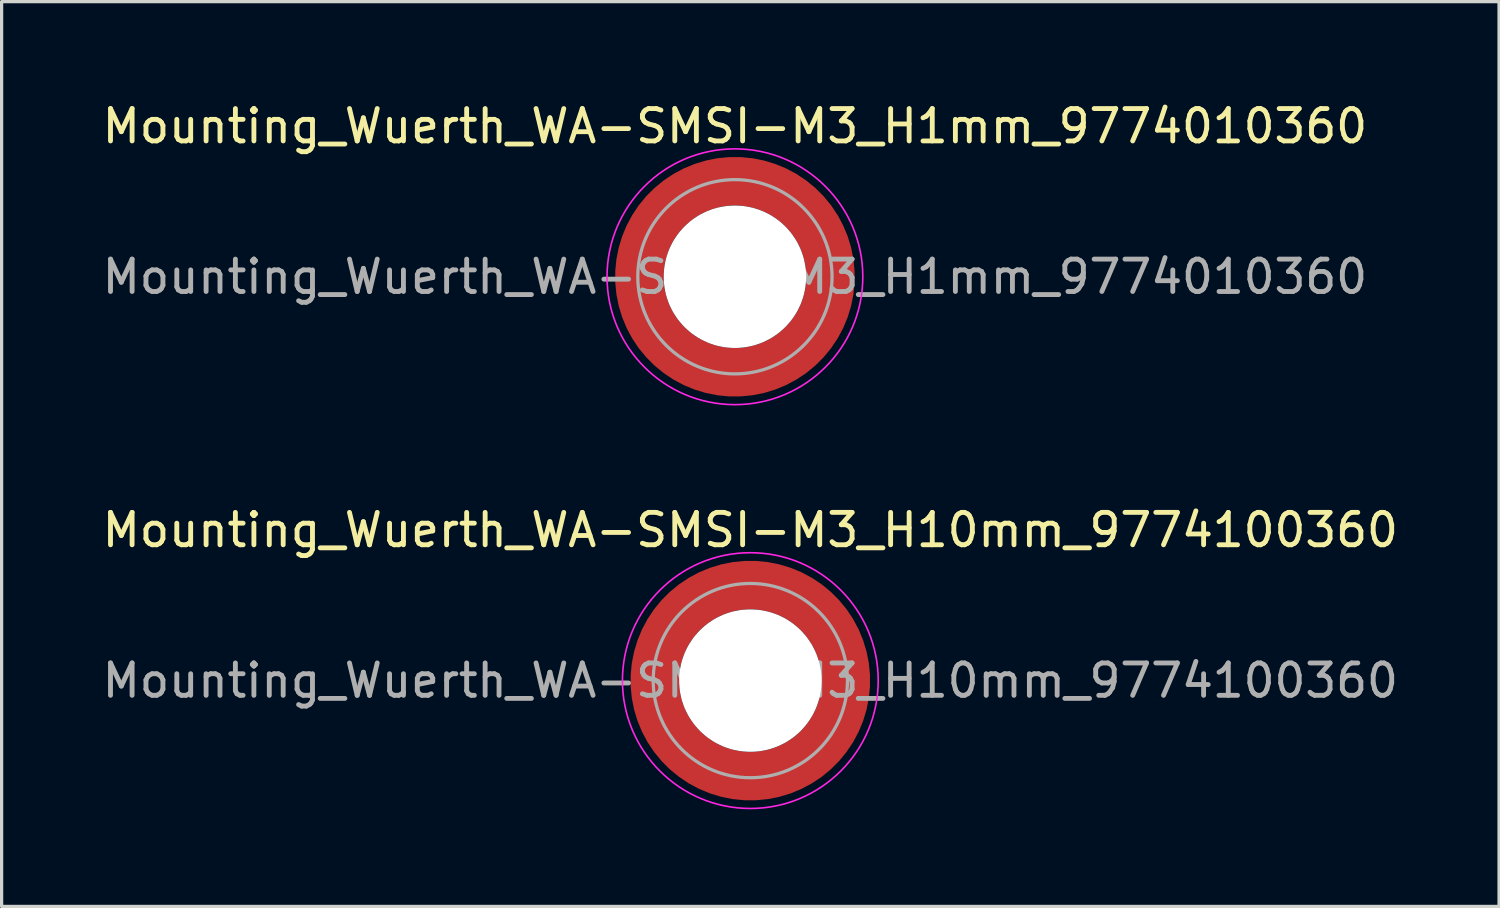
<source format=kicad_pcb>
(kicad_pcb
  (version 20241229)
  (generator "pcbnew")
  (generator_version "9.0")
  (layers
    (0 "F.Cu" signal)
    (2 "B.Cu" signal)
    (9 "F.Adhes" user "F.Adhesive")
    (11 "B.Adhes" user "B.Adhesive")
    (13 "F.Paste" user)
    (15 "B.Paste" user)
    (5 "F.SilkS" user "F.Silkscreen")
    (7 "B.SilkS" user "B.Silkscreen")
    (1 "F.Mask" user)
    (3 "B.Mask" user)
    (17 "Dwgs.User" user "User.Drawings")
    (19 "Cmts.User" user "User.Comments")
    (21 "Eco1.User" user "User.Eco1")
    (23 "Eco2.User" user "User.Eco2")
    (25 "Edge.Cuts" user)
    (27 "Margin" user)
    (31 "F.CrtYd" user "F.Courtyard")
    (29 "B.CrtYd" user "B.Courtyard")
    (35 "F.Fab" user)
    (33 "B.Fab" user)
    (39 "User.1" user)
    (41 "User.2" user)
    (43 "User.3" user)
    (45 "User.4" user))
  (footprint "Mounting_Wuerth_WA-SMSI-M3_H1mm_9774010360"
    (layer "F.Cu")
    (at 19.649 5.498)
    (property "Reference" "Mounting_Wuerth_WA-SMSI-M3_H1mm_9774010360" (at 0 -4.65 0) (layer "F.SilkS") (effects (font (size 1 1) (thickness 0.15))))
    (attr smd)
    (fp_circle (center 0 0) (end 3.95 0) (stroke (width 0.05) (type solid)) (fill no) (layer "F.CrtYd"))
    (fp_circle (center 0 0) (end 3 0) (stroke (width 0.1) (type solid)) (fill no) (layer "F.Fab"))
    (fp_text user "${REFERENCE}" (at 0 0 0) (layer "F.Fab") (effects (font (size 1 1) (thickness 0.15))))
    (pad "" smd custom (at -2.058 -2.058) (size 0.7 0.7) (layers "F.Paste") (options (anchor circle)) (primitives (gr_arc (start -0.377294 1.707681) (mid 0.317579 0.318817) (end 1.705947 -0.377044) (width 0.2)) (gr_arc (start -0.478281 1.707681) (mid 0.246161 0.248814) (end 1.703965 -0.477765) (width 0.2)) (gr_arc (start -0.579192 1.707681) (mid 0.175492 0.178063) (end 1.704077 -0.578711) (width 0.2)) (gr_arc (start -0.680037 1.707681) (mid 0.105568 0.106564) (end 1.706284 -0.679858) (width 0.2)) (gr_arc (start -0.780822 1.707681) (mid 0.034627 0.036085) (end 1.705634 -0.780569) (width 0.2)) (gr_arc (start -0.881554 1.707681) (mid -0.035694 -0.035016) (end 1.706729 -0.881441) (width 0.2)) (gr_arc (start -0.982237 1.707681) (mid -0.107281 -0.10485) (end 1.704266 -0.981842) (width 0.2)) (gr_arc (start -1.082877 1.707681) (mid -0.178372 -0.175181) (end 1.703197 -1.082374) (width 0.2)) (gr_arc (start -1.183476 1.707681) (mid -0.248964 -0.246008) (end 1.703525 -1.183025) (width 0.2)) (gr_arc (start -1.28404 1.707681) (mid -0.319062 -0.317333) (end 1.70525 -1.283784) (width 0.2)) (gr_line (start 1.708 -0.377) (end 1.708 -1.284) (width 0.2)) (gr_line (start -0.377 1.708) (end -1.284 1.708) (width 0.2))))
    (pad "" smd custom (at -2.058 2.058) (size 0.7 0.7) (layers "F.Paste") (options (anchor circle)) (primitives (gr_arc (start 1.707681 0.377294) (mid 0.318817 -0.317579) (end -0.377044 -1.705947) (width 0.2)) (gr_arc (start 1.707681 0.478281) (mid 0.248814 -0.246161) (end -0.477765 -1.703965) (width 0.2)) (gr_arc (start 1.707681 0.579192) (mid 0.178063 -0.175492) (end -0.578711 -1.704077) (width 0.2)) (gr_arc (start 1.707681 0.680037) (mid 0.106564 -0.105568) (end -0.679858 -1.706284) (width 0.2)) (gr_arc (start 1.707681 0.780822) (mid 0.036085 -0.034627) (end -0.780569 -1.705634) (width 0.2)) (gr_arc (start 1.707681 0.881554) (mid -0.035016 0.035694) (end -0.881441 -1.706729) (width 0.2)) (gr_arc (start 1.707681 0.982237) (mid -0.10485 0.107281) (end -0.981842 -1.704266) (width 0.2)) (gr_arc (start 1.707681 1.082877) (mid -0.175181 0.178372) (end -1.082374 -1.703197) (width 0.2)) (gr_arc (start 1.707681 1.183476) (mid -0.246008 0.248964) (end -1.183025 -1.703525) (width 0.2)) (gr_arc (start 1.707681 1.28404) (mid -0.317333 0.319062) (end -1.283784 -1.70525) (width 0.2)) (gr_line (start -0.377 -1.708) (end -1.284 -1.708) (width 0.2)) (gr_line (start 1.708 0.377) (end 1.708 1.284) (width 0.2))))
    (pad "" np_thru_hole circle (at 0 0) (size 4.4 4.4) (drill 4.4) (layers "*.Cu" "*.Mask"))
    (pad "" smd custom (at 2.058 -2.058) (size 0.7 0.7) (layers "F.Paste") (options (anchor circle)) (primitives (gr_arc (start -1.707681 -0.377294) (mid -0.318817 0.317579) (end 0.377044 1.705947) (width 0.2)) (gr_arc (start -1.707681 -0.478281) (mid -0.248814 0.246161) (end 0.477765 1.703965) (width 0.2)) (gr_arc (start -1.707681 -0.579192) (mid -0.178063 0.175492) (end 0.578711 1.704077) (width 0.2)) (gr_arc (start -1.707681 -0.680037) (mid -0.106564 0.105568) (end 0.679858 1.706284) (width 0.2)) (gr_arc (start -1.707681 -0.780822) (mid -0.036085 0.034627) (end 0.780569 1.705634) (width 0.2)) (gr_arc (start -1.707681 -0.881554) (mid 0.035016 -0.035694) (end 0.881441 1.706729) (width 0.2)) (gr_arc (start -1.707681 -0.982237) (mid 0.10485 -0.107281) (end 0.981842 1.704266) (width 0.2)) (gr_arc (start -1.707681 -1.082877) (mid 0.175181 -0.178372) (end 1.082374 1.703197) (width 0.2)) (gr_arc (start -1.707681 -1.183476) (mid 0.246008 -0.248964) (end 1.183025 1.703525) (width 0.2)) (gr_arc (start -1.707681 -1.28404) (mid 0.317333 -0.319062) (end 1.283784 1.70525) (width 0.2)) (gr_line (start 0.377 1.708) (end 1.284 1.708) (width 0.2)) (gr_line (start -1.708 -0.377) (end -1.708 -1.284) (width 0.2))))
    (pad "" smd custom (at 2.058 2.058) (size 0.7 0.7) (layers "F.Paste") (options (anchor circle)) (primitives (gr_arc (start 0.377294 -1.707681) (mid -0.317579 -0.318817) (end -1.705947 0.377044) (width 0.2)) (gr_arc (start 0.478281 -1.707681) (mid -0.246161 -0.248814) (end -1.703965 0.477765) (width 0.2)) (gr_arc (start 0.579192 -1.707681) (mid -0.175492 -0.178063) (end -1.704077 0.578711) (width 0.2)) (gr_arc (start 0.680037 -1.707681) (mid -0.105568 -0.106564) (end -1.706284 0.679858) (width 0.2)) (gr_arc (start 0.780822 -1.707681) (mid -0.034627 -0.036085) (end -1.705634 0.780569) (width 0.2)) (gr_arc (start 0.881554 -1.707681) (mid 0.035694 0.035016) (end -1.706729 0.881441) (width 0.2)) (gr_arc (start 0.982237 -1.707681) (mid 0.107281 0.10485) (end -1.704266 0.981842) (width 0.2)) (gr_arc (start 1.082877 -1.707681) (mid 0.178372 0.175181) (end -1.703197 1.082374) (width 0.2)) (gr_arc (start 1.183476 -1.707681) (mid 0.248964 0.246008) (end -1.703525 1.183025) (width 0.2)) (gr_arc (start 1.28404 -1.707681) (mid 0.319062 0.317333) (end -1.70525 1.283784) (width 0.2)) (gr_line (start -1.708 0.377) (end -1.708 1.284) (width 0.2)) (gr_line (start 0.377 -1.708) (end 1.284 -1.708) (width 0.2))))
    (pad "1" smd circle (at -2.95 0) (size 1.1 1.1) (layers "F.Cu"))
    (pad "1" smd circle (at 0 -2.95) (size 1.1 1.1) (layers "F.Cu"))
    (pad "1" smd circle (at 0 2.95) (size 1.1 1.1) (layers "F.Cu"))
    (pad "1" smd custom (at 2.95 0) (size 1.1 1.1) (layers "F.Cu" "F.Mask") (options (anchor circle)) (primitives (gr_circle (center -2.95 0) (end 0 0) (width 1.5) (fill no)))))
  (footprint "Mounting_Wuerth_WA-SMSI-M3_H10mm_9774100360"
    (layer "F.Cu")
    (at 20.125 17.971)
    (property "Reference" "Mounting_Wuerth_WA-SMSI-M3_H10mm_9774100360" (at 0 -4.65 0) (layer "F.SilkS") (effects (font (size 1 1) (thickness 0.15))))
    (attr smd)
    (fp_circle (center 0 0) (end 3.95 0) (stroke (width 0.05) (type solid)) (fill no) (layer "F.CrtYd"))
    (fp_circle (center 0 0) (end 3 0) (stroke (width 0.1) (type solid)) (fill no) (layer "F.Fab"))
    (fp_text user "${REFERENCE}" (at 0 0 0) (layer "F.Fab") (effects (font (size 1 1) (thickness 0.15))))
    (pad "" smd custom (at -2.058 -2.058) (size 0.7 0.7) (layers "F.Paste") (options (anchor circle)) (primitives (gr_arc (start -0.377294 1.707681) (mid 0.317579 0.318817) (end 1.705947 -0.377044) (width 0.2)) (gr_arc (start -0.478281 1.707681) (mid 0.246161 0.248814) (end 1.703965 -0.477765) (width 0.2)) (gr_arc (start -0.579192 1.707681) (mid 0.175492 0.178063) (end 1.704077 -0.578711) (width 0.2)) (gr_arc (start -0.680037 1.707681) (mid 0.105568 0.106564) (end 1.706284 -0.679858) (width 0.2)) (gr_arc (start -0.780822 1.707681) (mid 0.034627 0.036085) (end 1.705634 -0.780569) (width 0.2)) (gr_arc (start -0.881554 1.707681) (mid -0.035694 -0.035016) (end 1.706729 -0.881441) (width 0.2)) (gr_arc (start -0.982237 1.707681) (mid -0.107281 -0.10485) (end 1.704266 -0.981842) (width 0.2)) (gr_arc (start -1.082877 1.707681) (mid -0.178372 -0.175181) (end 1.703197 -1.082374) (width 0.2)) (gr_arc (start -1.183476 1.707681) (mid -0.248964 -0.246008) (end 1.703525 -1.183025) (width 0.2)) (gr_arc (start -1.28404 1.707681) (mid -0.319062 -0.317333) (end 1.70525 -1.283784) (width 0.2)) (gr_line (start 1.708 -0.377) (end 1.708 -1.284) (width 0.2)) (gr_line (start -0.377 1.708) (end -1.284 1.708) (width 0.2))))
    (pad "" smd custom (at -2.058 2.058) (size 0.7 0.7) (layers "F.Paste") (options (anchor circle)) (primitives (gr_arc (start 1.707681 0.377294) (mid 0.318817 -0.317579) (end -0.377044 -1.705947) (width 0.2)) (gr_arc (start 1.707681 0.478281) (mid 0.248814 -0.246161) (end -0.477765 -1.703965) (width 0.2)) (gr_arc (start 1.707681 0.579192) (mid 0.178063 -0.175492) (end -0.578711 -1.704077) (width 0.2)) (gr_arc (start 1.707681 0.680037) (mid 0.106564 -0.105568) (end -0.679858 -1.706284) (width 0.2)) (gr_arc (start 1.707681 0.780822) (mid 0.036085 -0.034627) (end -0.780569 -1.705634) (width 0.2)) (gr_arc (start 1.707681 0.881554) (mid -0.035016 0.035694) (end -0.881441 -1.706729) (width 0.2)) (gr_arc (start 1.707681 0.982237) (mid -0.10485 0.107281) (end -0.981842 -1.704266) (width 0.2)) (gr_arc (start 1.707681 1.082877) (mid -0.175181 0.178372) (end -1.082374 -1.703197) (width 0.2)) (gr_arc (start 1.707681 1.183476) (mid -0.246008 0.248964) (end -1.183025 -1.703525) (width 0.2)) (gr_arc (start 1.707681 1.28404) (mid -0.317333 0.319062) (end -1.283784 -1.70525) (width 0.2)) (gr_line (start -0.377 -1.708) (end -1.284 -1.708) (width 0.2)) (gr_line (start 1.708 0.377) (end 1.708 1.284) (width 0.2))))
    (pad "" np_thru_hole circle (at 0 0) (size 4.4 4.4) (drill 4.4) (layers "*.Cu" "*.Mask"))
    (pad "" smd custom (at 2.058 -2.058) (size 0.7 0.7) (layers "F.Paste") (options (anchor circle)) (primitives (gr_arc (start -1.707681 -0.377294) (mid -0.318817 0.317579) (end 0.377044 1.705947) (width 0.2)) (gr_arc (start -1.707681 -0.478281) (mid -0.248814 0.246161) (end 0.477765 1.703965) (width 0.2)) (gr_arc (start -1.707681 -0.579192) (mid -0.178063 0.175492) (end 0.578711 1.704077) (width 0.2)) (gr_arc (start -1.707681 -0.680037) (mid -0.106564 0.105568) (end 0.679858 1.706284) (width 0.2)) (gr_arc (start -1.707681 -0.780822) (mid -0.036085 0.034627) (end 0.780569 1.705634) (width 0.2)) (gr_arc (start -1.707681 -0.881554) (mid 0.035016 -0.035694) (end 0.881441 1.706729) (width 0.2)) (gr_arc (start -1.707681 -0.982237) (mid 0.10485 -0.107281) (end 0.981842 1.704266) (width 0.2)) (gr_arc (start -1.707681 -1.082877) (mid 0.175181 -0.178372) (end 1.082374 1.703197) (width 0.2)) (gr_arc (start -1.707681 -1.183476) (mid 0.246008 -0.248964) (end 1.183025 1.703525) (width 0.2)) (gr_arc (start -1.707681 -1.28404) (mid 0.317333 -0.319062) (end 1.283784 1.70525) (width 0.2)) (gr_line (start 0.377 1.708) (end 1.284 1.708) (width 0.2)) (gr_line (start -1.708 -0.377) (end -1.708 -1.284) (width 0.2))))
    (pad "" smd custom (at 2.058 2.058) (size 0.7 0.7) (layers "F.Paste") (options (anchor circle)) (primitives (gr_arc (start 0.377294 -1.707681) (mid -0.317579 -0.318817) (end -1.705947 0.377044) (width 0.2)) (gr_arc (start 0.478281 -1.707681) (mid -0.246161 -0.248814) (end -1.703965 0.477765) (width 0.2)) (gr_arc (start 0.579192 -1.707681) (mid -0.175492 -0.178063) (end -1.704077 0.578711) (width 0.2)) (gr_arc (start 0.680037 -1.707681) (mid -0.105568 -0.106564) (end -1.706284 0.679858) (width 0.2)) (gr_arc (start 0.780822 -1.707681) (mid -0.034627 -0.036085) (end -1.705634 0.780569) (width 0.2)) (gr_arc (start 0.881554 -1.707681) (mid 0.035694 0.035016) (end -1.706729 0.881441) (width 0.2)) (gr_arc (start 0.982237 -1.707681) (mid 0.107281 0.10485) (end -1.704266 0.981842) (width 0.2)) (gr_arc (start 1.082877 -1.707681) (mid 0.178372 0.175181) (end -1.703197 1.082374) (width 0.2)) (gr_arc (start 1.183476 -1.707681) (mid 0.248964 0.246008) (end -1.703525 1.183025) (width 0.2)) (gr_arc (start 1.28404 -1.707681) (mid 0.319062 0.317333) (end -1.70525 1.283784) (width 0.2)) (gr_line (start -1.708 0.377) (end -1.708 1.284) (width 0.2)) (gr_line (start 0.377 -1.708) (end 1.284 -1.708) (width 0.2))))
    (pad "1" smd circle (at -2.95 0) (size 1.1 1.1) (layers "F.Cu"))
    (pad "1" smd circle (at 0 -2.95) (size 1.1 1.1) (layers "F.Cu"))
    (pad "1" smd circle (at 0 2.95) (size 1.1 1.1) (layers "F.Cu"))
    (pad "1" smd custom (at 2.95 0) (size 1.1 1.1) (layers "F.Cu" "F.Mask") (options (anchor circle)) (primitives (gr_circle (center -2.95 0) (end 0 0) (width 1.5) (fill no)))))
  (gr_rect
    (start -3 -3)
    (end 43.25 24.947)
    (stroke (width 0.1) (type default))
    (fill no)
    (layer "Edge.Cuts")))
</source>
